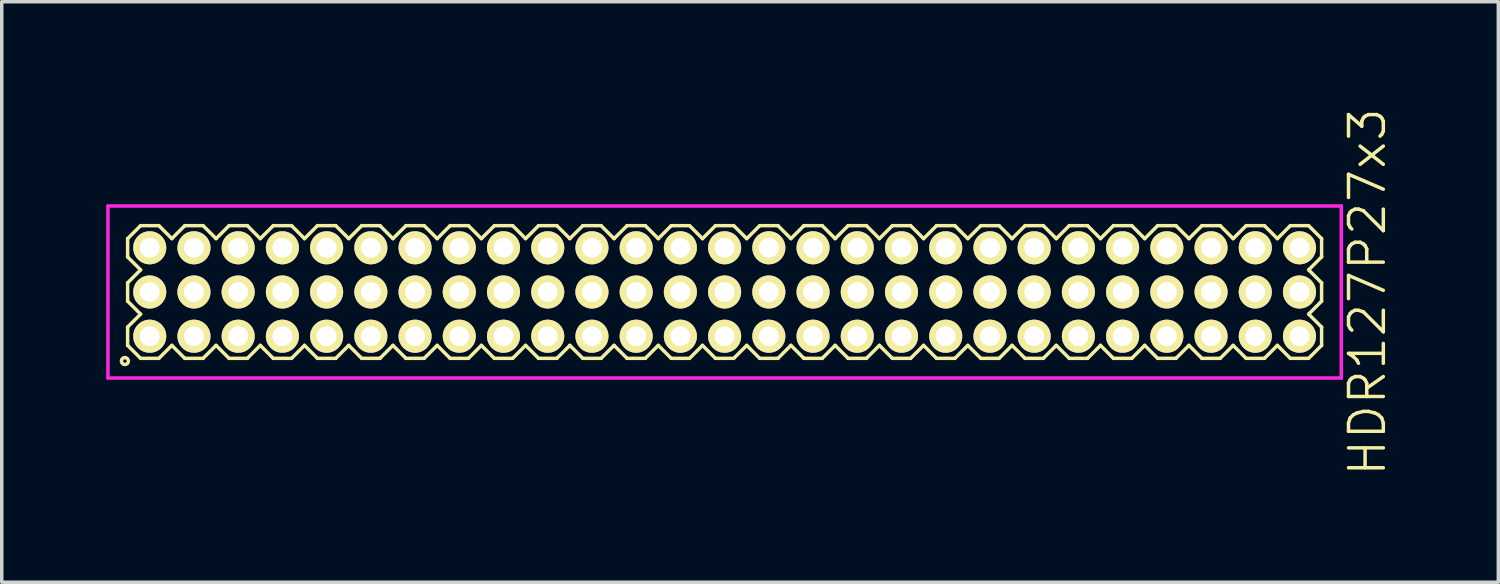
<source format=kicad_pcb>
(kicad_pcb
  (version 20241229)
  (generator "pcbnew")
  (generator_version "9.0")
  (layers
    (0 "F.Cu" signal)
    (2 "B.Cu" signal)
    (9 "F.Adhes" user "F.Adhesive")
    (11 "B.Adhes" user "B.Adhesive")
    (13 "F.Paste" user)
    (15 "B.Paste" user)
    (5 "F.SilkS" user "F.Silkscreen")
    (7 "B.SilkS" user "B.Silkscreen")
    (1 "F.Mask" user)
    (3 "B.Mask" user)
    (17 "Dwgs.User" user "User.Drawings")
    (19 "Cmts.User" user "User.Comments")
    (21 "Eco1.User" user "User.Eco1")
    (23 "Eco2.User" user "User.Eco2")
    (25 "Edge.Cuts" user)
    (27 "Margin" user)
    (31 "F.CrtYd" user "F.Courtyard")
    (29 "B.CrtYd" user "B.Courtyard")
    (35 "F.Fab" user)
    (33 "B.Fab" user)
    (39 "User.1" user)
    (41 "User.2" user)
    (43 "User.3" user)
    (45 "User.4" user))
  (footprint "HDR127P27x3"
    (layer "F.Cu")
    (at 17.76 5.336)
    (property "Reference" "HDR127P27x3" (at 18.46 0 90) (layer "F.SilkS") (effects (font (size 1 1) (thickness 0.1))))
    (attr through_hole)
    (fp_line (start -17.145 -1.533) (end -16.773 -1.905) (stroke (width 0.1) (type solid)) (layer "F.SilkS"))
    (fp_line (start -17.145 -1.007) (end -17.145 -1.533) (stroke (width 0.1) (type solid)) (layer "F.SilkS"))
    (fp_line (start -17.145 -0.263) (end -16.773 -0.635) (stroke (width 0.1) (type solid)) (layer "F.SilkS"))
    (fp_line (start -17.145 0.263) (end -17.145 -0.263) (stroke (width 0.1) (type solid)) (layer "F.SilkS"))
    (fp_line (start -17.145 1.007) (end -16.773 0.635) (stroke (width 0.1) (type solid)) (layer "F.SilkS"))
    (fp_line (start -17.145 1.533) (end -17.145 1.007) (stroke (width 0.1) (type solid)) (layer "F.SilkS"))
    (fp_line (start -16.773 -1.905) (end -16.247 -1.905) (stroke (width 0.1) (type solid)) (layer "F.SilkS"))
    (fp_line (start -16.773 -0.635) (end -17.145 -1.007) (stroke (width 0.1) (type solid)) (layer "F.SilkS"))
    (fp_line (start -16.773 0.635) (end -17.145 0.263) (stroke (width 0.1) (type solid)) (layer "F.SilkS"))
    (fp_line (start -16.773 1.905) (end -17.145 1.533) (stroke (width 0.1) (type solid)) (layer "F.SilkS"))
    (fp_line (start -16.247 -1.905) (end -15.875 -1.533) (stroke (width 0.1) (type solid)) (layer "F.SilkS"))
    (fp_line (start -16.247 1.905) (end -16.773 1.905) (stroke (width 0.1) (type solid)) (layer "F.SilkS"))
    (fp_line (start -15.875 -1.533) (end -15.503 -1.905) (stroke (width 0.1) (type solid)) (layer "F.SilkS"))
    (fp_line (start -15.875 1.533) (end -16.247 1.905) (stroke (width 0.1) (type solid)) (layer "F.SilkS"))
    (fp_line (start -15.503 -1.905) (end -14.977 -1.905) (stroke (width 0.1) (type solid)) (layer "F.SilkS"))
    (fp_line (start -15.503 1.905) (end -15.875 1.533) (stroke (width 0.1) (type solid)) (layer "F.SilkS"))
    (fp_line (start -14.977 -1.905) (end -14.605 -1.533) (stroke (width 0.1) (type solid)) (layer "F.SilkS"))
    (fp_line (start -14.977 1.905) (end -15.503 1.905) (stroke (width 0.1) (type solid)) (layer "F.SilkS"))
    (fp_line (start -14.605 -1.533) (end -14.233 -1.905) (stroke (width 0.1) (type solid)) (layer "F.SilkS"))
    (fp_line (start -14.605 1.533) (end -14.977 1.905) (stroke (width 0.1) (type solid)) (layer "F.SilkS"))
    (fp_line (start -14.233 -1.905) (end -13.707 -1.905) (stroke (width 0.1) (type solid)) (layer "F.SilkS"))
    (fp_line (start -14.233 1.905) (end -14.605 1.533) (stroke (width 0.1) (type solid)) (layer "F.SilkS"))
    (fp_line (start -13.707 -1.905) (end -13.335 -1.533) (stroke (width 0.1) (type solid)) (layer "F.SilkS"))
    (fp_line (start -13.707 1.905) (end -14.233 1.905) (stroke (width 0.1) (type solid)) (layer "F.SilkS"))
    (fp_line (start -13.335 -1.533) (end -12.963 -1.905) (stroke (width 0.1) (type solid)) (layer "F.SilkS"))
    (fp_line (start -13.335 1.533) (end -13.707 1.905) (stroke (width 0.1) (type solid)) (layer "F.SilkS"))
    (fp_line (start -12.963 -1.905) (end -12.437 -1.905) (stroke (width 0.1) (type solid)) (layer "F.SilkS"))
    (fp_line (start -12.963 1.905) (end -13.335 1.533) (stroke (width 0.1) (type solid)) (layer "F.SilkS"))
    (fp_line (start -12.437 -1.905) (end -12.065 -1.533) (stroke (width 0.1) (type solid)) (layer "F.SilkS"))
    (fp_line (start -12.437 1.905) (end -12.963 1.905) (stroke (width 0.1) (type solid)) (layer "F.SilkS"))
    (fp_line (start -12.065 -1.533) (end -11.693 -1.905) (stroke (width 0.1) (type solid)) (layer "F.SilkS"))
    (fp_line (start -12.065 1.533) (end -12.437 1.905) (stroke (width 0.1) (type solid)) (layer "F.SilkS"))
    (fp_line (start -11.693 -1.905) (end -11.167 -1.905) (stroke (width 0.1) (type solid)) (layer "F.SilkS"))
    (fp_line (start -11.693 1.905) (end -12.065 1.533) (stroke (width 0.1) (type solid)) (layer "F.SilkS"))
    (fp_line (start -11.167 -1.905) (end -10.795 -1.533) (stroke (width 0.1) (type solid)) (layer "F.SilkS"))
    (fp_line (start -11.167 1.905) (end -11.693 1.905) (stroke (width 0.1) (type solid)) (layer "F.SilkS"))
    (fp_line (start -10.795 -1.533) (end -10.423 -1.905) (stroke (width 0.1) (type solid)) (layer "F.SilkS"))
    (fp_line (start -10.795 1.533) (end -11.167 1.905) (stroke (width 0.1) (type solid)) (layer "F.SilkS"))
    (fp_line (start -10.423 -1.905) (end -9.897 -1.905) (stroke (width 0.1) (type solid)) (layer "F.SilkS"))
    (fp_line (start -10.423 1.905) (end -10.795 1.533) (stroke (width 0.1) (type solid)) (layer "F.SilkS"))
    (fp_line (start -9.897 -1.905) (end -9.525 -1.533) (stroke (width 0.1) (type solid)) (layer "F.SilkS"))
    (fp_line (start -9.897 1.905) (end -10.423 1.905) (stroke (width 0.1) (type solid)) (layer "F.SilkS"))
    (fp_line (start -9.525 -1.533) (end -9.153 -1.905) (stroke (width 0.1) (type solid)) (layer "F.SilkS"))
    (fp_line (start -9.525 1.533) (end -9.897 1.905) (stroke (width 0.1) (type solid)) (layer "F.SilkS"))
    (fp_line (start -9.153 -1.905) (end -8.627 -1.905) (stroke (width 0.1) (type solid)) (layer "F.SilkS"))
    (fp_line (start -9.153 1.905) (end -9.525 1.533) (stroke (width 0.1) (type solid)) (layer "F.SilkS"))
    (fp_line (start -8.627 -1.905) (end -8.255 -1.533) (stroke (width 0.1) (type solid)) (layer "F.SilkS"))
    (fp_line (start -8.627 1.905) (end -9.153 1.905) (stroke (width 0.1) (type solid)) (layer "F.SilkS"))
    (fp_line (start -8.255 -1.533) (end -7.883 -1.905) (stroke (width 0.1) (type solid)) (layer "F.SilkS"))
    (fp_line (start -8.255 1.533) (end -8.627 1.905) (stroke (width 0.1) (type solid)) (layer "F.SilkS"))
    (fp_line (start -7.883 -1.905) (end -7.357 -1.905) (stroke (width 0.1) (type solid)) (layer "F.SilkS"))
    (fp_line (start -7.883 1.905) (end -8.255 1.533) (stroke (width 0.1) (type solid)) (layer "F.SilkS"))
    (fp_line (start -7.357 -1.905) (end -6.985 -1.533) (stroke (width 0.1) (type solid)) (layer "F.SilkS"))
    (fp_line (start -7.357 1.905) (end -7.883 1.905) (stroke (width 0.1) (type solid)) (layer "F.SilkS"))
    (fp_line (start -6.985 -1.533) (end -6.613 -1.905) (stroke (width 0.1) (type solid)) (layer "F.SilkS"))
    (fp_line (start -6.985 1.533) (end -7.357 1.905) (stroke (width 0.1) (type solid)) (layer "F.SilkS"))
    (fp_line (start -6.613 -1.905) (end -6.087 -1.905) (stroke (width 0.1) (type solid)) (layer "F.SilkS"))
    (fp_line (start -6.613 1.905) (end -6.985 1.533) (stroke (width 0.1) (type solid)) (layer "F.SilkS"))
    (fp_line (start -6.087 -1.905) (end -5.715 -1.533) (stroke (width 0.1) (type solid)) (layer "F.SilkS"))
    (fp_line (start -6.087 1.905) (end -6.613 1.905) (stroke (width 0.1) (type solid)) (layer "F.SilkS"))
    (fp_line (start -5.715 -1.533) (end -5.343 -1.905) (stroke (width 0.1) (type solid)) (layer "F.SilkS"))
    (fp_line (start -5.715 1.533) (end -6.087 1.905) (stroke (width 0.1) (type solid)) (layer "F.SilkS"))
    (fp_line (start -5.343 -1.905) (end -4.817 -1.905) (stroke (width 0.1) (type solid)) (layer "F.SilkS"))
    (fp_line (start -5.343 1.905) (end -5.715 1.533) (stroke (width 0.1) (type solid)) (layer "F.SilkS"))
    (fp_line (start -4.817 -1.905) (end -4.445 -1.533) (stroke (width 0.1) (type solid)) (layer "F.SilkS"))
    (fp_line (start -4.817 1.905) (end -5.343 1.905) (stroke (width 0.1) (type solid)) (layer "F.SilkS"))
    (fp_line (start -4.445 -1.533) (end -4.073 -1.905) (stroke (width 0.1) (type solid)) (layer "F.SilkS"))
    (fp_line (start -4.445 1.533) (end -4.817 1.905) (stroke (width 0.1) (type solid)) (layer "F.SilkS"))
    (fp_line (start -4.073 -1.905) (end -3.547 -1.905) (stroke (width 0.1) (type solid)) (layer "F.SilkS"))
    (fp_line (start -4.073 1.905) (end -4.445 1.533) (stroke (width 0.1) (type solid)) (layer "F.SilkS"))
    (fp_line (start -3.547 -1.905) (end -3.175 -1.533) (stroke (width 0.1) (type solid)) (layer "F.SilkS"))
    (fp_line (start -3.547 1.905) (end -4.073 1.905) (stroke (width 0.1) (type solid)) (layer "F.SilkS"))
    (fp_line (start -3.175 -1.533) (end -2.803 -1.905) (stroke (width 0.1) (type solid)) (layer "F.SilkS"))
    (fp_line (start -3.175 1.533) (end -3.547 1.905) (stroke (width 0.1) (type solid)) (layer "F.SilkS"))
    (fp_line (start -2.803 -1.905) (end -2.277 -1.905) (stroke (width 0.1) (type solid)) (layer "F.SilkS"))
    (fp_line (start -2.803 1.905) (end -3.175 1.533) (stroke (width 0.1) (type solid)) (layer "F.SilkS"))
    (fp_line (start -2.277 -1.905) (end -1.905 -1.533) (stroke (width 0.1) (type solid)) (layer "F.SilkS"))
    (fp_line (start -2.277 1.905) (end -2.803 1.905) (stroke (width 0.1) (type solid)) (layer "F.SilkS"))
    (fp_line (start -1.905 -1.533) (end -1.533 -1.905) (stroke (width 0.1) (type solid)) (layer "F.SilkS"))
    (fp_line (start -1.905 1.533) (end -2.277 1.905) (stroke (width 0.1) (type solid)) (layer "F.SilkS"))
    (fp_line (start -1.533 -1.905) (end -1.007 -1.905) (stroke (width 0.1) (type solid)) (layer "F.SilkS"))
    (fp_line (start -1.533 1.905) (end -1.905 1.533) (stroke (width 0.1) (type solid)) (layer "F.SilkS"))
    (fp_line (start -1.007 -1.905) (end -0.635 -1.533) (stroke (width 0.1) (type solid)) (layer "F.SilkS"))
    (fp_line (start -1.007 1.905) (end -1.533 1.905) (stroke (width 0.1) (type solid)) (layer "F.SilkS"))
    (fp_line (start -0.635 -1.533) (end -0.263 -1.905) (stroke (width 0.1) (type solid)) (layer "F.SilkS"))
    (fp_line (start -0.635 1.533) (end -1.007 1.905) (stroke (width 0.1) (type solid)) (layer "F.SilkS"))
    (fp_line (start -0.263 -1.905) (end 0.263 -1.905) (stroke (width 0.1) (type solid)) (layer "F.SilkS"))
    (fp_line (start -0.263 1.905) (end -0.635 1.533) (stroke (width 0.1) (type solid)) (layer "F.SilkS"))
    (fp_line (start 0.263 -1.905) (end 0.635 -1.533) (stroke (width 0.1) (type solid)) (layer "F.SilkS"))
    (fp_line (start 0.263 1.905) (end -0.263 1.905) (stroke (width 0.1) (type solid)) (layer "F.SilkS"))
    (fp_line (start 0.635 -1.533) (end 1.007 -1.905) (stroke (width 0.1) (type solid)) (layer "F.SilkS"))
    (fp_line (start 0.635 1.533) (end 0.263 1.905) (stroke (width 0.1) (type solid)) (layer "F.SilkS"))
    (fp_line (start 1.007 -1.905) (end 1.533 -1.905) (stroke (width 0.1) (type solid)) (layer "F.SilkS"))
    (fp_line (start 1.007 1.905) (end 0.635 1.533) (stroke (width 0.1) (type solid)) (layer "F.SilkS"))
    (fp_line (start 1.533 -1.905) (end 1.905 -1.533) (stroke (width 0.1) (type solid)) (layer "F.SilkS"))
    (fp_line (start 1.533 1.905) (end 1.007 1.905) (stroke (width 0.1) (type solid)) (layer "F.SilkS"))
    (fp_line (start 1.905 -1.533) (end 2.277 -1.905) (stroke (width 0.1) (type solid)) (layer "F.SilkS"))
    (fp_line (start 1.905 1.533) (end 1.533 1.905) (stroke (width 0.1) (type solid)) (layer "F.SilkS"))
    (fp_line (start 2.277 -1.905) (end 2.803 -1.905) (stroke (width 0.1) (type solid)) (layer "F.SilkS"))
    (fp_line (start 2.277 1.905) (end 1.905 1.533) (stroke (width 0.1) (type solid)) (layer "F.SilkS"))
    (fp_line (start 2.803 -1.905) (end 3.175 -1.533) (stroke (width 0.1) (type solid)) (layer "F.SilkS"))
    (fp_line (start 2.803 1.905) (end 2.277 1.905) (stroke (width 0.1) (type solid)) (layer "F.SilkS"))
    (fp_line (start 3.175 -1.533) (end 3.547 -1.905) (stroke (width 0.1) (type solid)) (layer "F.SilkS"))
    (fp_line (start 3.175 1.533) (end 2.803 1.905) (stroke (width 0.1) (type solid)) (layer "F.SilkS"))
    (fp_line (start 3.547 -1.905) (end 4.073 -1.905) (stroke (width 0.1) (type solid)) (layer "F.SilkS"))
    (fp_line (start 3.547 1.905) (end 3.175 1.533) (stroke (width 0.1) (type solid)) (layer "F.SilkS"))
    (fp_line (start 4.073 -1.905) (end 4.445 -1.533) (stroke (width 0.1) (type solid)) (layer "F.SilkS"))
    (fp_line (start 4.073 1.905) (end 3.547 1.905) (stroke (width 0.1) (type solid)) (layer "F.SilkS"))
    (fp_line (start 4.445 -1.533) (end 4.817 -1.905) (stroke (width 0.1) (type solid)) (layer "F.SilkS"))
    (fp_line (start 4.445 1.533) (end 4.073 1.905) (stroke (width 0.1) (type solid)) (layer "F.SilkS"))
    (fp_line (start 4.817 -1.905) (end 5.343 -1.905) (stroke (width 0.1) (type solid)) (layer "F.SilkS"))
    (fp_line (start 4.817 1.905) (end 4.445 1.533) (stroke (width 0.1) (type solid)) (layer "F.SilkS"))
    (fp_line (start 5.343 -1.905) (end 5.715 -1.533) (stroke (width 0.1) (type solid)) (layer "F.SilkS"))
    (fp_line (start 5.343 1.905) (end 4.817 1.905) (stroke (width 0.1) (type solid)) (layer "F.SilkS"))
    (fp_line (start 5.715 -1.533) (end 6.087 -1.905) (stroke (width 0.1) (type solid)) (layer "F.SilkS"))
    (fp_line (start 5.715 1.533) (end 5.343 1.905) (stroke (width 0.1) (type solid)) (layer "F.SilkS"))
    (fp_line (start 6.087 -1.905) (end 6.613 -1.905) (stroke (width 0.1) (type solid)) (layer "F.SilkS"))
    (fp_line (start 6.087 1.905) (end 5.715 1.533) (stroke (width 0.1) (type solid)) (layer "F.SilkS"))
    (fp_line (start 6.613 -1.905) (end 6.985 -1.533) (stroke (width 0.1) (type solid)) (layer "F.SilkS"))
    (fp_line (start 6.613 1.905) (end 6.087 1.905) (stroke (width 0.1) (type solid)) (layer "F.SilkS"))
    (fp_line (start 6.985 -1.533) (end 7.357 -1.905) (stroke (width 0.1) (type solid)) (layer "F.SilkS"))
    (fp_line (start 6.985 1.533) (end 6.613 1.905) (stroke (width 0.1) (type solid)) (layer "F.SilkS"))
    (fp_line (start 7.357 -1.905) (end 7.883 -1.905) (stroke (width 0.1) (type solid)) (layer "F.SilkS"))
    (fp_line (start 7.357 1.905) (end 6.985 1.533) (stroke (width 0.1) (type solid)) (layer "F.SilkS"))
    (fp_line (start 7.883 -1.905) (end 8.255 -1.533) (stroke (width 0.1) (type solid)) (layer "F.SilkS"))
    (fp_line (start 7.883 1.905) (end 7.357 1.905) (stroke (width 0.1) (type solid)) (layer "F.SilkS"))
    (fp_line (start 8.255 -1.533) (end 8.627 -1.905) (stroke (width 0.1) (type solid)) (layer "F.SilkS"))
    (fp_line (start 8.255 1.533) (end 7.883 1.905) (stroke (width 0.1) (type solid)) (layer "F.SilkS"))
    (fp_line (start 8.627 -1.905) (end 9.153 -1.905) (stroke (width 0.1) (type solid)) (layer "F.SilkS"))
    (fp_line (start 8.627 1.905) (end 8.255 1.533) (stroke (width 0.1) (type solid)) (layer "F.SilkS"))
    (fp_line (start 9.153 -1.905) (end 9.525 -1.533) (stroke (width 0.1) (type solid)) (layer "F.SilkS"))
    (fp_line (start 9.153 1.905) (end 8.627 1.905) (stroke (width 0.1) (type solid)) (layer "F.SilkS"))
    (fp_line (start 9.525 -1.533) (end 9.897 -1.905) (stroke (width 0.1) (type solid)) (layer "F.SilkS"))
    (fp_line (start 9.525 1.533) (end 9.153 1.905) (stroke (width 0.1) (type solid)) (layer "F.SilkS"))
    (fp_line (start 9.897 -1.905) (end 10.423 -1.905) (stroke (width 0.1) (type solid)) (layer "F.SilkS"))
    (fp_line (start 9.897 1.905) (end 9.525 1.533) (stroke (width 0.1) (type solid)) (layer "F.SilkS"))
    (fp_line (start 10.423 -1.905) (end 10.795 -1.533) (stroke (width 0.1) (type solid)) (layer "F.SilkS"))
    (fp_line (start 10.423 1.905) (end 9.897 1.905) (stroke (width 0.1) (type solid)) (layer "F.SilkS"))
    (fp_line (start 10.795 -1.533) (end 11.167 -1.905) (stroke (width 0.1) (type solid)) (layer "F.SilkS"))
    (fp_line (start 10.795 1.533) (end 10.423 1.905) (stroke (width 0.1) (type solid)) (layer "F.SilkS"))
    (fp_line (start 11.167 -1.905) (end 11.693 -1.905) (stroke (width 0.1) (type solid)) (layer "F.SilkS"))
    (fp_line (start 11.167 1.905) (end 10.795 1.533) (stroke (width 0.1) (type solid)) (layer "F.SilkS"))
    (fp_line (start 11.693 -1.905) (end 12.065 -1.533) (stroke (width 0.1) (type solid)) (layer "F.SilkS"))
    (fp_line (start 11.693 1.905) (end 11.167 1.905) (stroke (width 0.1) (type solid)) (layer "F.SilkS"))
    (fp_line (start 12.065 -1.533) (end 12.437 -1.905) (stroke (width 0.1) (type solid)) (layer "F.SilkS"))
    (fp_line (start 12.065 1.533) (end 11.693 1.905) (stroke (width 0.1) (type solid)) (layer "F.SilkS"))
    (fp_line (start 12.437 -1.905) (end 12.963 -1.905) (stroke (width 0.1) (type solid)) (layer "F.SilkS"))
    (fp_line (start 12.437 1.905) (end 12.065 1.533) (stroke (width 0.1) (type solid)) (layer "F.SilkS"))
    (fp_line (start 12.963 -1.905) (end 13.335 -1.533) (stroke (width 0.1) (type solid)) (layer "F.SilkS"))
    (fp_line (start 12.963 1.905) (end 12.437 1.905) (stroke (width 0.1) (type solid)) (layer "F.SilkS"))
    (fp_line (start 13.335 -1.533) (end 13.707 -1.905) (stroke (width 0.1) (type solid)) (layer "F.SilkS"))
    (fp_line (start 13.335 1.533) (end 12.963 1.905) (stroke (width 0.1) (type solid)) (layer "F.SilkS"))
    (fp_line (start 13.707 -1.905) (end 14.233 -1.905) (stroke (width 0.1) (type solid)) (layer "F.SilkS"))
    (fp_line (start 13.707 1.905) (end 13.335 1.533) (stroke (width 0.1) (type solid)) (layer "F.SilkS"))
    (fp_line (start 14.233 -1.905) (end 14.605 -1.533) (stroke (width 0.1) (type solid)) (layer "F.SilkS"))
    (fp_line (start 14.233 1.905) (end 13.707 1.905) (stroke (width 0.1) (type solid)) (layer "F.SilkS"))
    (fp_line (start 14.605 -1.533) (end 14.977 -1.905) (stroke (width 0.1) (type solid)) (layer "F.SilkS"))
    (fp_line (start 14.605 1.533) (end 14.233 1.905) (stroke (width 0.1) (type solid)) (layer "F.SilkS"))
    (fp_line (start 14.977 -1.905) (end 15.503 -1.905) (stroke (width 0.1) (type solid)) (layer "F.SilkS"))
    (fp_line (start 14.977 1.905) (end 14.605 1.533) (stroke (width 0.1) (type solid)) (layer "F.SilkS"))
    (fp_line (start 15.503 -1.905) (end 15.875 -1.533) (stroke (width 0.1) (type solid)) (layer "F.SilkS"))
    (fp_line (start 15.503 1.905) (end 14.977 1.905) (stroke (width 0.1) (type solid)) (layer "F.SilkS"))
    (fp_line (start 15.875 -1.533) (end 16.247 -1.905) (stroke (width 0.1) (type solid)) (layer "F.SilkS"))
    (fp_line (start 15.875 1.533) (end 15.503 1.905) (stroke (width 0.1) (type solid)) (layer "F.SilkS"))
    (fp_line (start 16.247 -1.905) (end 16.773 -1.905) (stroke (width 0.1) (type solid)) (layer "F.SilkS"))
    (fp_line (start 16.247 1.905) (end 15.875 1.533) (stroke (width 0.1) (type solid)) (layer "F.SilkS"))
    (fp_line (start 16.773 -1.905) (end 17.145 -1.533) (stroke (width 0.1) (type solid)) (layer "F.SilkS"))
    (fp_line (start 16.773 -0.635) (end 17.145 -0.263) (stroke (width 0.1) (type solid)) (layer "F.SilkS"))
    (fp_line (start 16.773 0.635) (end 17.145 1.007) (stroke (width 0.1) (type solid)) (layer "F.SilkS"))
    (fp_line (start 16.773 1.905) (end 16.247 1.905) (stroke (width 0.1) (type solid)) (layer "F.SilkS"))
    (fp_line (start 17.145 -1.533) (end 17.145 -1.007) (stroke (width 0.1) (type solid)) (layer "F.SilkS"))
    (fp_line (start 17.145 -1.007) (end 16.773 -0.635) (stroke (width 0.1) (type solid)) (layer "F.SilkS"))
    (fp_line (start 17.145 -0.263) (end 17.145 0.263) (stroke (width 0.1) (type solid)) (layer "F.SilkS"))
    (fp_line (start 17.145 0.263) (end 16.773 0.635) (stroke (width 0.1) (type solid)) (layer "F.SilkS"))
    (fp_line (start 17.145 1.007) (end 17.145 1.533) (stroke (width 0.1) (type solid)) (layer "F.SilkS"))
    (fp_line (start 17.145 1.533) (end 16.773 1.905) (stroke (width 0.1) (type solid)) (layer "F.SilkS"))
    (fp_circle (center -17.223 1.983) (end -17.123 1.983) (stroke (width 0.1) (type solid)) (fill no) (layer "F.SilkS"))
    (fp_line (start -17.71 -2.47) (end -17.71 2.47) (stroke (width 0.1) (type solid)) (layer "F.CrtYd"))
    (fp_line (start -17.71 2.47) (end 17.71 2.47) (stroke (width 0.1) (type solid)) (layer "F.CrtYd"))
    (fp_line (start 17.71 -2.47) (end -17.71 -2.47) (stroke (width 0.1) (type solid)) (layer "F.CrtYd"))
    (fp_line (start 17.71 2.47) (end 17.71 -2.47) (stroke (width 0.1) (type solid)) (layer "F.CrtYd"))
    (pad "1" thru_hole oval (at -16.51 1.27) (size 0.95 0.95) (drill 0.57) (layers "*.Cu" "*.Mask" "F.SilkS"))
    (pad "2" thru_hole oval (at -16.51 0) (size 0.95 0.95) (drill 0.57) (layers "*.Cu" "*.Mask" "F.SilkS"))
    (pad "3" thru_hole oval (at -16.51 -1.27) (size 0.95 0.95) (drill 0.57) (layers "*.Cu" "*.Mask" "F.SilkS"))
    (pad "4" thru_hole oval (at -15.24 1.27) (size 0.95 0.95) (drill 0.57) (layers "*.Cu" "*.Mask" "F.SilkS"))
    (pad "5" thru_hole oval (at -15.24 0) (size 0.95 0.95) (drill 0.57) (layers "*.Cu" "*.Mask" "F.SilkS"))
    (pad "6" thru_hole oval (at -15.24 -1.27) (size 0.95 0.95) (drill 0.57) (layers "*.Cu" "*.Mask" "F.SilkS"))
    (pad "7" thru_hole oval (at -13.97 1.27) (size 0.95 0.95) (drill 0.57) (layers "*.Cu" "*.Mask" "F.SilkS"))
    (pad "8" thru_hole oval (at -13.97 0) (size 0.95 0.95) (drill 0.57) (layers "*.Cu" "*.Mask" "F.SilkS"))
    (pad "9" thru_hole oval (at -13.97 -1.27) (size 0.95 0.95) (drill 0.57) (layers "*.Cu" "*.Mask" "F.SilkS"))
    (pad "10" thru_hole oval (at -12.7 1.27) (size 0.95 0.95) (drill 0.57) (layers "*.Cu" "*.Mask" "F.SilkS"))
    (pad "11" thru_hole oval (at -12.7 0) (size 0.95 0.95) (drill 0.57) (layers "*.Cu" "*.Mask" "F.SilkS"))
    (pad "12" thru_hole oval (at -12.7 -1.27) (size 0.95 0.95) (drill 0.57) (layers "*.Cu" "*.Mask" "F.SilkS"))
    (pad "13" thru_hole oval (at -11.43 1.27) (size 0.95 0.95) (drill 0.57) (layers "*.Cu" "*.Mask" "F.SilkS"))
    (pad "14" thru_hole oval (at -11.43 0) (size 0.95 0.95) (drill 0.57) (layers "*.Cu" "*.Mask" "F.SilkS"))
    (pad "15" thru_hole oval (at -11.43 -1.27) (size 0.95 0.95) (drill 0.57) (layers "*.Cu" "*.Mask" "F.SilkS"))
    (pad "16" thru_hole oval (at -10.16 1.27) (size 0.95 0.95) (drill 0.57) (layers "*.Cu" "*.Mask" "F.SilkS"))
    (pad "17" thru_hole oval (at -10.16 0) (size 0.95 0.95) (drill 0.57) (layers "*.Cu" "*.Mask" "F.SilkS"))
    (pad "18" thru_hole oval (at -10.16 -1.27) (size 0.95 0.95) (drill 0.57) (layers "*.Cu" "*.Mask" "F.SilkS"))
    (pad "19" thru_hole oval (at -8.89 1.27) (size 0.95 0.95) (drill 0.57) (layers "*.Cu" "*.Mask" "F.SilkS"))
    (pad "20" thru_hole oval (at -8.89 0) (size 0.95 0.95) (drill 0.57) (layers "*.Cu" "*.Mask" "F.SilkS"))
    (pad "21" thru_hole oval (at -8.89 -1.27) (size 0.95 0.95) (drill 0.57) (layers "*.Cu" "*.Mask" "F.SilkS"))
    (pad "22" thru_hole oval (at -7.62 1.27) (size 0.95 0.95) (drill 0.57) (layers "*.Cu" "*.Mask" "F.SilkS"))
    (pad "23" thru_hole oval (at -7.62 0) (size 0.95 0.95) (drill 0.57) (layers "*.Cu" "*.Mask" "F.SilkS"))
    (pad "24" thru_hole oval (at -7.62 -1.27) (size 0.95 0.95) (drill 0.57) (layers "*.Cu" "*.Mask" "F.SilkS"))
    (pad "25" thru_hole oval (at -6.35 1.27) (size 0.95 0.95) (drill 0.57) (layers "*.Cu" "*.Mask" "F.SilkS"))
    (pad "26" thru_hole oval (at -6.35 0) (size 0.95 0.95) (drill 0.57) (layers "*.Cu" "*.Mask" "F.SilkS"))
    (pad "27" thru_hole oval (at -6.35 -1.27) (size 0.95 0.95) (drill 0.57) (layers "*.Cu" "*.Mask" "F.SilkS"))
    (pad "28" thru_hole oval (at -5.08 1.27) (size 0.95 0.95) (drill 0.57) (layers "*.Cu" "*.Mask" "F.SilkS"))
    (pad "29" thru_hole oval (at -5.08 0) (size 0.95 0.95) (drill 0.57) (layers "*.Cu" "*.Mask" "F.SilkS"))
    (pad "30" thru_hole oval (at -5.08 -1.27) (size 0.95 0.95) (drill 0.57) (layers "*.Cu" "*.Mask" "F.SilkS"))
    (pad "31" thru_hole oval (at -3.81 1.27) (size 0.95 0.95) (drill 0.57) (layers "*.Cu" "*.Mask" "F.SilkS"))
    (pad "32" thru_hole oval (at -3.81 0) (size 0.95 0.95) (drill 0.57) (layers "*.Cu" "*.Mask" "F.SilkS"))
    (pad "33" thru_hole oval (at -3.81 -1.27) (size 0.95 0.95) (drill 0.57) (layers "*.Cu" "*.Mask" "F.SilkS"))
    (pad "34" thru_hole oval (at -2.54 1.27) (size 0.95 0.95) (drill 0.57) (layers "*.Cu" "*.Mask" "F.SilkS"))
    (pad "35" thru_hole oval (at -2.54 0) (size 0.95 0.95) (drill 0.57) (layers "*.Cu" "*.Mask" "F.SilkS"))
    (pad "36" thru_hole oval (at -2.54 -1.27) (size 0.95 0.95) (drill 0.57) (layers "*.Cu" "*.Mask" "F.SilkS"))
    (pad "37" thru_hole oval (at -1.27 1.27) (size 0.95 0.95) (drill 0.57) (layers "*.Cu" "*.Mask" "F.SilkS"))
    (pad "38" thru_hole oval (at -1.27 0) (size 0.95 0.95) (drill 0.57) (layers "*.Cu" "*.Mask" "F.SilkS"))
    (pad "39" thru_hole oval (at -1.27 -1.27) (size 0.95 0.95) (drill 0.57) (layers "*.Cu" "*.Mask" "F.SilkS"))
    (pad "40" thru_hole oval (at 0 1.27) (size 0.95 0.95) (drill 0.57) (layers "*.Cu" "*.Mask" "F.SilkS"))
    (pad "41" thru_hole oval (at 0 0) (size 0.95 0.95) (drill 0.57) (layers "*.Cu" "*.Mask" "F.SilkS"))
    (pad "42" thru_hole oval (at 0 -1.27) (size 0.95 0.95) (drill 0.57) (layers "*.Cu" "*.Mask" "F.SilkS"))
    (pad "43" thru_hole oval (at 1.27 1.27) (size 0.95 0.95) (drill 0.57) (layers "*.Cu" "*.Mask" "F.SilkS"))
    (pad "44" thru_hole oval (at 1.27 0) (size 0.95 0.95) (drill 0.57) (layers "*.Cu" "*.Mask" "F.SilkS"))
    (pad "45" thru_hole oval (at 1.27 -1.27) (size 0.95 0.95) (drill 0.57) (layers "*.Cu" "*.Mask" "F.SilkS"))
    (pad "46" thru_hole oval (at 2.54 1.27) (size 0.95 0.95) (drill 0.57) (layers "*.Cu" "*.Mask" "F.SilkS"))
    (pad "47" thru_hole oval (at 2.54 0) (size 0.95 0.95) (drill 0.57) (layers "*.Cu" "*.Mask" "F.SilkS"))
    (pad "48" thru_hole oval (at 2.54 -1.27) (size 0.95 0.95) (drill 0.57) (layers "*.Cu" "*.Mask" "F.SilkS"))
    (pad "49" thru_hole oval (at 3.81 1.27) (size 0.95 0.95) (drill 0.57) (layers "*.Cu" "*.Mask" "F.SilkS"))
    (pad "50" thru_hole oval (at 3.81 0) (size 0.95 0.95) (drill 0.57) (layers "*.Cu" "*.Mask" "F.SilkS"))
    (pad "51" thru_hole oval (at 3.81 -1.27) (size 0.95 0.95) (drill 0.57) (layers "*.Cu" "*.Mask" "F.SilkS"))
    (pad "52" thru_hole oval (at 5.08 1.27) (size 0.95 0.95) (drill 0.57) (layers "*.Cu" "*.Mask" "F.SilkS"))
    (pad "53" thru_hole oval (at 5.08 0) (size 0.95 0.95) (drill 0.57) (layers "*.Cu" "*.Mask" "F.SilkS"))
    (pad "54" thru_hole oval (at 5.08 -1.27) (size 0.95 0.95) (drill 0.57) (layers "*.Cu" "*.Mask" "F.SilkS"))
    (pad "55" thru_hole oval (at 6.35 1.27) (size 0.95 0.95) (drill 0.57) (layers "*.Cu" "*.Mask" "F.SilkS"))
    (pad "56" thru_hole oval (at 6.35 0) (size 0.95 0.95) (drill 0.57) (layers "*.Cu" "*.Mask" "F.SilkS"))
    (pad "57" thru_hole oval (at 6.35 -1.27) (size 0.95 0.95) (drill 0.57) (layers "*.Cu" "*.Mask" "F.SilkS"))
    (pad "58" thru_hole oval (at 7.62 1.27) (size 0.95 0.95) (drill 0.57) (layers "*.Cu" "*.Mask" "F.SilkS"))
    (pad "59" thru_hole oval (at 7.62 0) (size 0.95 0.95) (drill 0.57) (layers "*.Cu" "*.Mask" "F.SilkS"))
    (pad "60" thru_hole oval (at 7.62 -1.27) (size 0.95 0.95) (drill 0.57) (layers "*.Cu" "*.Mask" "F.SilkS"))
    (pad "61" thru_hole oval (at 8.89 1.27) (size 0.95 0.95) (drill 0.57) (layers "*.Cu" "*.Mask" "F.SilkS"))
    (pad "62" thru_hole oval (at 8.89 0) (size 0.95 0.95) (drill 0.57) (layers "*.Cu" "*.Mask" "F.SilkS"))
    (pad "63" thru_hole oval (at 8.89 -1.27) (size 0.95 0.95) (drill 0.57) (layers "*.Cu" "*.Mask" "F.SilkS"))
    (pad "64" thru_hole oval (at 10.16 1.27) (size 0.95 0.95) (drill 0.57) (layers "*.Cu" "*.Mask" "F.SilkS"))
    (pad "65" thru_hole oval (at 10.16 0) (size 0.95 0.95) (drill 0.57) (layers "*.Cu" "*.Mask" "F.SilkS"))
    (pad "66" thru_hole oval (at 10.16 -1.27) (size 0.95 0.95) (drill 0.57) (layers "*.Cu" "*.Mask" "F.SilkS"))
    (pad "67" thru_hole oval (at 11.43 1.27) (size 0.95 0.95) (drill 0.57) (layers "*.Cu" "*.Mask" "F.SilkS"))
    (pad "68" thru_hole oval (at 11.43 0) (size 0.95 0.95) (drill 0.57) (layers "*.Cu" "*.Mask" "F.SilkS"))
    (pad "69" thru_hole oval (at 11.43 -1.27) (size 0.95 0.95) (drill 0.57) (layers "*.Cu" "*.Mask" "F.SilkS"))
    (pad "70" thru_hole oval (at 12.7 1.27) (size 0.95 0.95) (drill 0.57) (layers "*.Cu" "*.Mask" "F.SilkS"))
    (pad "71" thru_hole oval (at 12.7 0) (size 0.95 0.95) (drill 0.57) (layers "*.Cu" "*.Mask" "F.SilkS"))
    (pad "72" thru_hole oval (at 12.7 -1.27) (size 0.95 0.95) (drill 0.57) (layers "*.Cu" "*.Mask" "F.SilkS"))
    (pad "73" thru_hole oval (at 13.97 1.27) (size 0.95 0.95) (drill 0.57) (layers "*.Cu" "*.Mask" "F.SilkS"))
    (pad "74" thru_hole oval (at 13.97 0) (size 0.95 0.95) (drill 0.57) (layers "*.Cu" "*.Mask" "F.SilkS"))
    (pad "75" thru_hole oval (at 13.97 -1.27) (size 0.95 0.95) (drill 0.57) (layers "*.Cu" "*.Mask" "F.SilkS"))
    (pad "76" thru_hole oval (at 15.24 1.27) (size 0.95 0.95) (drill 0.57) (layers "*.Cu" "*.Mask" "F.SilkS"))
    (pad "77" thru_hole oval (at 15.24 0) (size 0.95 0.95) (drill 0.57) (layers "*.Cu" "*.Mask" "F.SilkS"))
    (pad "78" thru_hole oval (at 15.24 -1.27) (size 0.95 0.95) (drill 0.57) (layers "*.Cu" "*.Mask" "F.SilkS"))
    (pad "79" thru_hole oval (at 16.51 1.27) (size 0.95 0.95) (drill 0.57) (layers "*.Cu" "*.Mask" "F.SilkS"))
    (pad "80" thru_hole oval (at 16.51 0) (size 0.95 0.95) (drill 0.57) (layers "*.Cu" "*.Mask" "F.SilkS"))
    (pad "81" thru_hole oval (at 16.51 -1.27) (size 0.95 0.95) (drill 0.57) (layers "*.Cu" "*.Mask" "F.SilkS")))
  (gr_rect
    (start -3 -3)
    (end 39.98 13.671)
    (stroke (width 0.1) (type default))
    (fill no)
    (layer "Edge.Cuts")))
</source>
